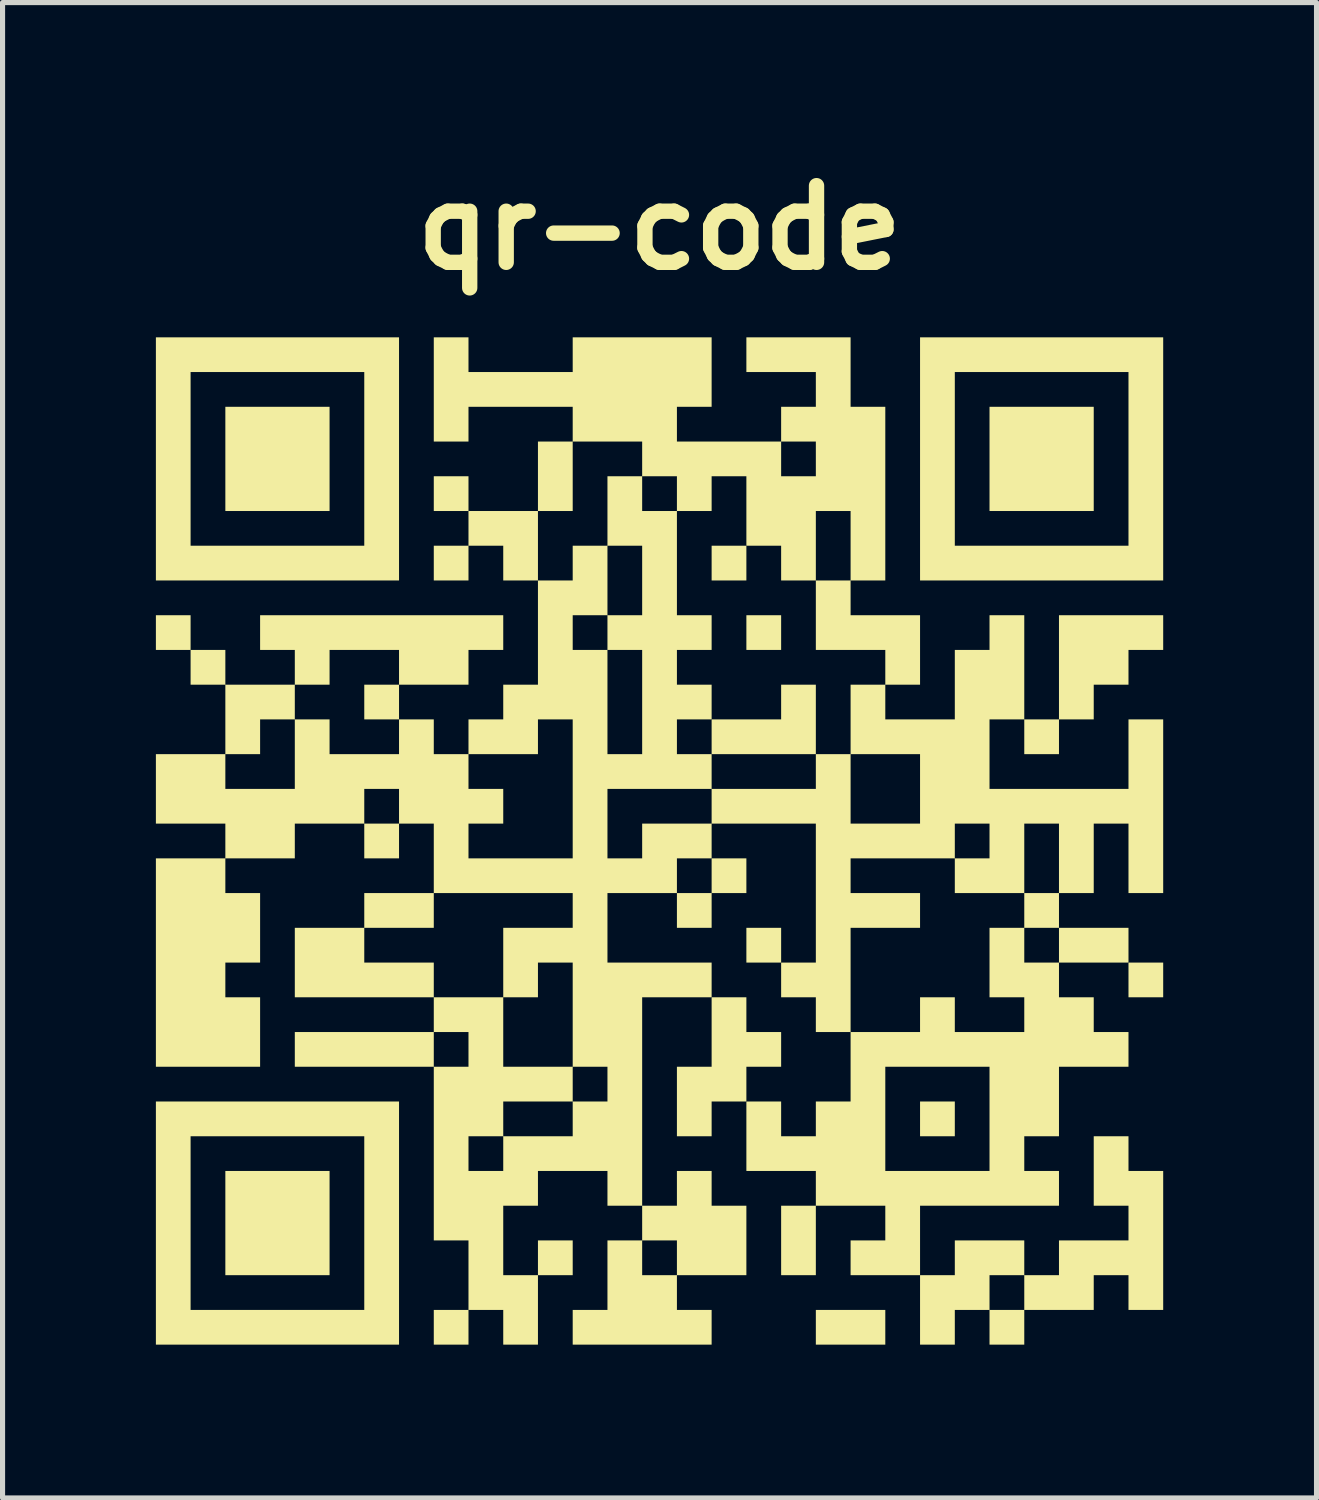
<source format=kicad_pcb>
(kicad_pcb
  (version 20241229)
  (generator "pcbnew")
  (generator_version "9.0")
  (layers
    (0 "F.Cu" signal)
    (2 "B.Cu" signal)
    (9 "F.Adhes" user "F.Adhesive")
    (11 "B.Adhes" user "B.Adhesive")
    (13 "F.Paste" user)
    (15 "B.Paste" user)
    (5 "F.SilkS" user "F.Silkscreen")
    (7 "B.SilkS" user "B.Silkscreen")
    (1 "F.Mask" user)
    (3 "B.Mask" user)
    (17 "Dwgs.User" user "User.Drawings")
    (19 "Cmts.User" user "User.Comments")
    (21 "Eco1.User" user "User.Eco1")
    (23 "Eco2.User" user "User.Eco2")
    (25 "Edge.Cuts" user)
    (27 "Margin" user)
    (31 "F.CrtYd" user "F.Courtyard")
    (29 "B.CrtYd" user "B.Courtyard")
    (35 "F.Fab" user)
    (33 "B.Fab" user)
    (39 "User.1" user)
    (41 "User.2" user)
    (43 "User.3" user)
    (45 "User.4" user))
  (footprint "qr-code"
    (layer "F.Cu")
    (at 9.854 13.404)
    (property "Reference" "qr-code" (at 0 -12 0) (layer "F.SilkS") (effects (font (size 1.5 1.5) (thickness 0.3))))
    (attr board_only exclude_from_pos_files exclude_from_bom)
    (fp_poly (pts (xy -9.175 -4.078) (xy -9.175 -3.738) (xy -9.514 -3.738) (xy -9.854 -3.738) (xy -9.854 -4.078) (xy -9.854 -4.417) (xy -9.514 -4.417) (xy -9.175 -4.417)) (stroke (width 0) (type solid)) (fill yes) (layer "F.SilkS"))
    (fp_poly (pts (xy -6.456 -7.476) (xy -6.456 -6.456) (xy -7.476 -6.456) (xy -8.495 -6.456) (xy -8.495 -7.476) (xy -8.495 -8.495) (xy -7.476 -8.495) (xy -6.456 -8.495)) (stroke (width 0) (type solid)) (fill yes) (layer "F.SilkS"))
    (fp_poly (pts (xy -6.456 7.476) (xy -6.456 8.495) (xy -7.476 8.495) (xy -8.495 8.495) (xy -8.495 7.476) (xy -8.495 6.456) (xy -7.476 6.456) (xy -6.456 6.456)) (stroke (width 0) (type solid)) (fill yes) (layer "F.SilkS"))
    (fp_poly (pts (xy 1.699 -5.437) (xy 1.699 -5.097) (xy 1.359 -5.097) (xy 1.019 -5.097) (xy 1.019 -5.437) (xy 1.019 -5.777) (xy 1.359 -5.777) (xy 1.699 -5.777)) (stroke (width 0) (type solid)) (fill yes) (layer "F.SilkS"))
    (fp_poly (pts (xy 2.379 -4.078) (xy 2.379 -3.738) (xy 2.039 -3.738) (xy 1.699 -3.738) (xy 1.699 -4.078) (xy 1.699 -4.417) (xy 2.039 -4.417) (xy 2.379 -4.417)) (stroke (width 0) (type solid)) (fill yes) (layer "F.SilkS"))
    (fp_poly (pts (xy 2.379 2.039) (xy 2.379 2.379) (xy 2.039 2.379) (xy 1.699 2.379) (xy 1.699 2.039) (xy 1.699 1.699) (xy 2.039 1.699) (xy 2.379 1.699)) (stroke (width 0) (type solid)) (fill yes) (layer "F.SilkS"))
    (fp_poly (pts (xy 4.417 9.514) (xy 4.417 9.854) (xy 3.738 9.854) (xy 3.058 9.854) (xy 3.058 9.514) (xy 3.058 9.175) (xy 3.738 9.175) (xy 4.417 9.175)) (stroke (width 0) (type solid)) (fill yes) (layer "F.SilkS"))
    (fp_poly (pts (xy 5.777 5.437) (xy 5.777 5.777) (xy 5.437 5.777) (xy 5.097 5.777) (xy 5.097 5.437) (xy 5.097 5.097) (xy 5.437 5.097) (xy 5.777 5.097)) (stroke (width 0) (type solid)) (fill yes) (layer "F.SilkS"))
    (fp_poly (pts (xy 8.495 -7.476) (xy 8.495 -6.456) (xy 7.476 -6.456) (xy 6.456 -6.456) (xy 6.456 -7.476) (xy 6.456 -8.495) (xy 7.476 -8.495) (xy 8.495 -8.495)) (stroke (width 0) (type solid)) (fill yes) (layer "F.SilkS"))
    (fp_poly (pts (xy 9.854 2.718) (xy 9.854 3.058) (xy 9.514 3.058) (xy 9.175 3.058) (xy 9.175 2.718) (xy 9.175 2.379) (xy 9.514 2.379) (xy 9.854 2.379)) (stroke (width 0) (type solid)) (fill yes) (layer "F.SilkS"))
    (fp_poly (pts (xy 3.058 -2.379) (xy 3.058 -1.699) (xy 2.039 -1.699) (xy 1.019 -1.699) (xy 1.019 -2.039) (xy 1.019 -2.379) (xy 1.699 -2.379) (xy 2.379 -2.379) (xy 2.379 -2.718) (xy 2.379 -3.058) (xy 2.718 -3.058) (xy 3.058 -3.058)) (stroke (width 0) (type solid)) (fill yes) (layer "F.SilkS"))
    (fp_poly (pts (xy 1.699 0.68) (xy 1.699 1.019) (xy 1.359 1.019) (xy 1.019 1.019) (xy 1.019 1.359) (xy 1.019 1.699) (xy 0.68 1.699) (xy 0.34 1.699) (xy 0.34 1.359) (xy 0.34 1.019) (xy 0.68 1.019) (xy 1.019 1.019) (xy 1.019 0.68) (xy 1.019 0.34) (xy 1.359 0.34) (xy 1.699 0.34)) (stroke (width 0) (type solid)) (fill yes) (layer "F.SilkS"))
    (fp_poly (pts (xy -5.097 -7.476) (xy -5.097 -5.097) (xy -7.476 -5.097) (xy -9.854 -5.097) (xy -9.854 -7.476) (xy -9.854 -9.175) (xy -9.175 -9.175) (xy -9.175 -7.476) (xy -9.175 -5.777) (xy -7.476 -5.777) (xy -5.777 -5.777) (xy -5.777 -7.476) (xy -5.777 -9.175) (xy -7.476 -9.175) (xy -9.175 -9.175) (xy -9.854 -9.175) (xy -9.854 -9.854) (xy -7.476 -9.854) (xy -5.097 -9.854)) (stroke (width 0) (type solid)) (fill yes) (layer "F.SilkS"))
    (fp_poly (pts (xy -5.097 7.476) (xy -5.097 9.854) (xy -7.476 9.854) (xy -9.854 9.854) (xy -9.854 7.476) (xy -9.854 5.777) (xy -9.175 5.777) (xy -9.175 7.476) (xy -9.175 9.175) (xy -7.476 9.175) (xy -5.777 9.175) (xy -5.777 7.476) (xy -5.777 5.777) (xy -7.476 5.777) (xy -9.175 5.777) (xy -9.854 5.777) (xy -9.854 5.097) (xy -7.476 5.097) (xy -5.097 5.097)) (stroke (width 0) (type solid)) (fill yes) (layer "F.SilkS"))
    (fp_poly (pts (xy 9.854 -7.476) (xy 9.854 -5.097) (xy 7.476 -5.097) (xy 5.097 -5.097) (xy 5.097 -7.476) (xy 5.097 -9.175) (xy 5.777 -9.175) (xy 5.777 -7.476) (xy 5.777 -5.777) (xy 7.476 -5.777) (xy 9.175 -5.777) (xy 9.175 -7.476) (xy 9.175 -9.175) (xy 7.476 -9.175) (xy 5.777 -9.175) (xy 5.097 -9.175) (xy 5.097 -9.854) (xy 7.476 -9.854) (xy 9.854 -9.854)) (stroke (width 0) (type solid)) (fill yes) (layer "F.SilkS"))
    (fp_poly (pts (xy 1.699 3.398) (xy 1.699 3.738) (xy 2.039 3.738) (xy 2.379 3.738) (xy 2.379 4.078) (xy 2.379 4.417) (xy 2.039 4.417) (xy 1.699 4.417) (xy 1.699 4.757) (xy 1.699 5.097) (xy 1.359 5.097) (xy 1.019 5.097) (xy 1.019 5.437) (xy 1.019 5.777) (xy 0.68 5.777) (xy 0.34 5.777) (xy 0.34 5.097) (xy 0.34 4.417) (xy 0.68 4.417) (xy 1.019 4.417) (xy 1.019 3.738) (xy 1.019 3.058) (xy 1.359 3.058) (xy 1.699 3.058)) (stroke (width 0) (type solid)) (fill yes) (layer "F.SilkS"))
    (fp_poly (pts (xy -3.738 -9.514) (xy -3.738 -9.175) (xy -2.718 -9.175) (xy -1.699 -9.175) (xy -1.699 -9.514) (xy -1.699 -9.854) (xy -0.34 -9.854) (xy 1.019 -9.854) (xy 1.019 -9.175) (xy 1.019 -8.495) (xy 0.68 -8.495) (xy 0.34 -8.495) (xy 0.34 -8.155) (xy 0.34 -7.815) (xy 1.359 -7.815) (xy 2.379 -7.815) (xy 2.379 -7.476) (xy 2.379 -7.136) (xy 2.718 -7.136) (xy 3.058 -7.136) (xy 3.058 -7.476) (xy 3.058 -7.815) (xy 2.718 -7.815) (xy 2.379 -7.815) (xy 2.379 -8.155) (xy 2.379 -8.495) (xy 2.718 -8.495) (xy 3.058 -8.495) (xy 3.058 -8.835) (xy 3.058 -9.175) (xy 2.379 -9.175) (xy 1.699 -9.175) (xy 1.699 -9.514) (xy 1.699 -9.854) (xy 2.718 -9.854) (xy 3.738 -9.854) (xy 3.738 -9.175) (xy 3.738 -8.495) (xy 4.078 -8.495) (xy 4.417 -8.495) (xy 4.417 -6.796) (xy 4.417 -5.097) (xy 4.078 -5.097) (xy 3.738 -5.097) (xy 3.738 -4.757) (xy 3.738 -4.417) (xy 4.417 -4.417) (xy 5.097 -4.417) (xy 5.097 -3.738) (xy 5.097 -3.058) (xy 4.757 -3.058) (xy 4.417 -3.058) (xy 4.417 -2.718) (xy 4.417 -2.379) (xy 5.097 -2.379) (xy 5.777 -2.379) (xy 5.777 -3.058) (xy 5.777 -3.738) (xy 6.116 -3.738) (xy 6.456 -3.738) (xy 6.456 -4.078) (xy 6.456 -4.417) (xy 6.796 -4.417) (xy 7.136 -4.417) (xy 7.136 -3.398) (xy 7.136 -2.379) (xy 7.476 -2.379) (xy 7.815 -2.379) (xy 7.815 -3.398) (xy 7.815 -4.417) (xy 8.835 -4.417) (xy 9.854 -4.417) (xy 9.854 -4.078) (xy 9.854 -3.738) (xy 9.514 -3.738) (xy 9.175 -3.738) (xy 9.175 -3.398) (xy 9.175 -3.058) (xy 8.835 -3.058) (xy 8.495 -3.058) (xy 8.495 -2.718) (xy 8.495 -2.379) (xy 8.155 -2.379) (xy 7.815 -2.379) (xy 7.815 -2.039) (xy 7.815 -1.699) (xy 7.476 -1.699) (xy 7.136 -1.699) (xy 7.136 -2.039) (xy 7.136 -2.379) (xy 6.796 -2.379) (xy 6.456 -2.379) (xy 6.456 -1.699) (xy 6.456 -1.019) (xy 7.815 -1.019) (xy 9.175 -1.019) (xy 9.175 -1.699) (xy 9.175 -2.379) (xy 9.514 -2.379) (xy 9.854 -2.379) (xy 9.854 -0.68) (xy 9.854 1.019) (xy 9.514 1.019) (xy 9.175 1.019) (xy 9.175 0.34) (xy 9.175 -0.34) (xy 8.835 -0.34) (xy 8.495 -0.34) (xy 8.495 0.34) (xy 8.495 1.019) (xy 8.155 1.019) (xy 7.815 1.019) (xy 7.815 1.359) (xy 7.815 1.699) (xy 7.476 1.699) (xy 7.136 1.699) (xy 7.136 2.039) (xy 7.136 2.379) (xy 7.476 2.379) (xy 7.815 2.379) (xy 7.815 2.039) (xy 7.815 1.699) (xy 8.495 1.699) (xy 9.175 1.699) (xy 9.175 2.039) (xy 9.175 2.379) (xy 8.495 2.379) (xy 7.815 2.379) (xy 7.815 2.718) (xy 7.815 3.058) (xy 8.155 3.058) (xy 8.495 3.058) (xy 8.495 3.398) (xy 8.495 3.738) (xy 8.835 3.738) (xy 9.175 3.738) (xy 9.175 4.078) (xy 9.175 4.417) (xy 8.495 4.417) (xy 7.815 4.417) (xy 7.815 5.097) (xy 7.815 5.777) (xy 7.476 5.777) (xy 7.136 5.777) (xy 7.136 6.116) (xy 7.136 6.456) (xy 7.476 6.456) (xy 7.815 6.456) (xy 7.815 6.796) (xy 7.815 7.136) (xy 6.456 7.136) (xy 5.097 7.136) (xy 5.097 7.815) (xy 5.097 8.495) (xy 5.437 8.495) (xy 5.777 8.495) (xy 6.456 8.495) (xy 6.456 8.835) (xy 6.456 9.175) (xy 6.796 9.175) (xy 7.136 9.175) (xy 7.136 8.835) (xy 7.136 8.495) (xy 6.796 8.495) (xy 6.456 8.495) (xy 5.777 8.495) (xy 5.777 8.155) (xy 5.777 7.815) (xy 6.456 7.815) (xy 7.136 7.815) (xy 7.136 8.155) (xy 7.136 8.495) (xy 7.476 8.495) (xy 7.815 8.495) (xy 7.815 8.155) (xy 7.815 7.815) (xy 8.495 7.815) (xy 9.175 7.815) (xy 9.175 7.476) (xy 9.175 7.136) (xy 8.835 7.136) (xy 8.495 7.136) (xy 8.495 6.456) (xy 8.495 5.777) (xy 8.835 5.777) (xy 9.175 5.777) (xy 9.175 6.116) (xy 9.175 6.456) (xy 9.514 6.456) (xy 9.854 6.456) (xy 9.854 7.815) (xy 9.854 9.175) (xy 9.514 9.175) (xy 9.175 9.175) (xy 9.175 8.835) (xy 9.175 8.495) (xy 8.835 8.495) (xy 8.495 8.495) (xy 8.495 8.835) (xy 8.495 9.175) (xy 7.815 9.175) (xy 7.136 9.175) (xy 7.136 9.514) (xy 7.136 9.854) (xy 6.796 9.854) (xy 6.456 9.854) (xy 6.456 9.514) (xy 6.456 9.175) (xy 6.116 9.175) (xy 5.777 9.175) (xy 5.777 9.514) (xy 5.777 9.854) (xy 5.437 9.854) (xy 5.097 9.854) (xy 5.097 9.175) (xy 5.097 8.495) (xy 4.417 8.495) (xy 3.738 8.495) (xy 3.738 8.155) (xy 3.738 7.815) (xy 4.078 7.815) (xy 4.417 7.815) (xy 4.417 7.476) (xy 4.417 7.136) (xy 3.738 7.136) (xy 3.058 7.136) (xy 3.058 7.815) (xy 3.058 8.495) (xy 2.718 8.495) (xy 2.379 8.495) (xy 2.379 7.815) (xy 2.379 7.136) (xy 2.718 7.136) (xy 3.058 7.136) (xy 3.058 6.796) (xy 3.058 6.456) (xy 2.379 6.456) (xy 1.699 6.456) (xy 1.699 5.777) (xy 1.699 5.097) (xy 2.039 5.097) (xy 2.379 5.097) (xy 2.379 5.437) (xy 2.379 5.777) (xy 2.718 5.777) (xy 3.058 5.777) (xy 3.058 5.437) (xy 3.058 5.097) (xy 3.398 5.097) (xy 3.738 5.097) (xy 3.738 4.417) (xy 4.417 4.417) (xy 4.417 5.437) (xy 4.417 6.456) (xy 5.437 6.456) (xy 6.456 6.456) (xy 6.456 5.437) (xy 6.456 4.417) (xy 5.437 4.417) (xy 4.417 4.417) (xy 3.738 4.417) (xy 3.738 3.738) (xy 4.417 3.738) (xy 5.097 3.738) (xy 5.097 3.398) (xy 5.097 3.058) (xy 5.437 3.058) (xy 5.777 3.058) (xy 5.777 3.398) (xy 5.777 3.738) (xy 6.456 3.738) (xy 7.136 3.738) (xy 7.136 3.398) (xy 7.136 3.058) (xy 6.796 3.058) (xy 6.456 3.058) (xy 6.456 2.379) (xy 6.456 1.699) (xy 6.796 1.699) (xy 7.136 1.699) (xy 7.136 1.359) (xy 7.136 1.019) (xy 7.476 1.019) (xy 7.815 1.019) (xy 7.815 0.34) (xy 7.815 -0.34) (xy 7.476 -0.34) (xy 7.136 -0.34) (xy 7.136 0.34) (xy 7.136 1.019) (xy 6.456 1.019) (xy 5.777 1.019) (xy 5.777 0.68) (xy 5.777 0.34) (xy 6.116 0.34) (xy 6.456 0.34) (xy 6.456 0) (xy 6.456 -0.34) (xy 6.116 -0.34) (xy 5.777 -0.34) (xy 5.777 0) (xy 5.777 0.34) (xy 4.757 0.34) (xy 3.738 0.34) (xy 3.738 0.68) (xy 3.738 1.019) (xy 4.417 1.019) (xy 5.097 1.019) (xy 5.097 1.359) (xy 5.097 1.699) (xy 4.417 1.699) (xy 3.738 1.699) (xy 3.738 2.718) (xy 3.738 3.738) (xy 3.398 3.738) (xy 3.058 3.738) (xy 3.058 3.398) (xy 3.058 3.058) (xy 2.718 3.058) (xy 2.379 3.058) (xy 2.379 2.718) (xy 2.379 2.379) (xy 2.718 2.379) (xy 3.058 2.379) (xy 3.058 1.019) (xy 3.058 -0.34) (xy 2.039 -0.34) (xy 1.019 -0.34) (xy 1.019 0) (xy 1.019 0.34) (xy 0.68 0.34) (xy 0.34 0.34) (xy 0.34 0.68) (xy 0.34 1.019) (xy -0.34 1.019) (xy -1.019 1.019) (xy -1.019 1.699) (xy -1.019 2.379) (xy 0 2.379) (xy 1.019 2.379) (xy 1.019 2.718) (xy 1.019 3.058) (xy 0.34 3.058) (xy -0.34 3.058) (xy -0.34 5.097) (xy -0.34 7.136) (xy 0 7.136) (xy 0.34 7.136) (xy 0.34 6.796) (xy 0.34 6.456) (xy 0.68 6.456) (xy 1.019 6.456) (xy 1.019 6.796) (xy 1.019 7.136) (xy 1.359 7.136) (xy 1.699 7.136) (xy 1.699 7.815) (xy 1.699 8.495) (xy 1.019 8.495) (xy 0.34 8.495) (xy 0.34 8.835) (xy 0.34 9.175) (xy 0.68 9.175) (xy 1.019 9.175) (xy 1.019 9.514) (xy 1.019 9.854) (xy -0.34 9.854) (xy -1.699 9.854) (xy -1.699 9.514) (xy -1.699 9.175) (xy -1.359 9.175) (xy -1.019 9.175) (xy -1.019 8.495) (xy -1.019 7.815) (xy -0.68 7.815) (xy -0.34 7.815) (xy -0.34 8.155) (xy -0.34 8.495) (xy 0 8.495) (xy 0.34 8.495) (xy 0.34 8.155) (xy 0.34 7.815) (xy 0 7.815) (xy -0.34 7.815) (xy -0.34 7.476) (xy -0.34 7.136) (xy -0.68 7.136) (xy -1.019 7.136) (xy -1.019 6.796) (xy -1.019 6.456) (xy -1.699 6.456) (xy -2.379 6.456) (xy -2.379 6.796) (xy -2.379 7.136) (xy -2.718 7.136) (xy -3.058 7.136) (xy -3.058 7.815) (xy -3.058 8.495) (xy -2.718 8.495) (xy -2.379 8.495) (xy -2.379 8.155) (xy -2.379 7.815) (xy -2.039 7.815) (xy -1.699 7.815) (xy -1.699 8.155) (xy -1.699 8.495) (xy -2.039 8.495) (xy -2.379 8.495) (xy -2.379 9.175) (xy -2.379 9.854) (xy -2.718 9.854) (xy -3.058 9.854) (xy -3.058 9.514) (xy -3.058 9.175) (xy -3.398 9.175) (xy -3.738 9.175) (xy -3.738 9.514) (xy -3.738 9.854) (xy -4.078 9.854) (xy -4.417 9.854) (xy -4.417 9.514) (xy -4.417 9.175) (xy -4.078 9.175) (xy -3.738 9.175) (xy -3.738 8.495) (xy -3.738 7.815) (xy -4.078 7.815) (xy -4.417 7.815) (xy -4.417 6.456) (xy -3.738 6.456) (xy -3.398 6.456) (xy -3.058 6.456) (xy -3.058 6.116) (xy -3.058 5.777) (xy -2.379 5.777) (xy -1.699 5.777) (xy -1.699 5.437) (xy -1.699 5.097) (xy -1.359 5.097) (xy -1.019 5.097) (xy -1.019 4.757) (xy -1.019 4.417) (xy -1.359 4.417) (xy -1.699 4.417) (xy -1.699 4.757) (xy -1.699 5.097) (xy -2.379 5.097) (xy -3.058 5.097) (xy -3.058 5.437) (xy -3.058 5.777) (xy -3.398 5.777) (xy -3.738 5.777) (xy -3.738 6.116) (xy -3.738 6.456) (xy -4.417 6.456) (xy -4.417 6.116) (xy -4.417 4.417) (xy -5.777 4.417) (xy -7.136 4.417) (xy -7.136 4.078) (xy -7.136 3.738) (xy -5.777 3.738) (xy -4.417 3.738) (xy -4.417 4.078) (xy -4.417 4.417) (xy -4.078 4.417) (xy -3.738 4.417) (xy -3.738 4.078) (xy -3.738 3.738) (xy -4.078 3.738) (xy -4.417 3.738) (xy -4.417 3.398) (xy -4.417 3.058) (xy -3.738 3.058) (xy -3.058 3.058) (xy -3.058 3.738) (xy -3.058 4.417) (xy -2.379 4.417) (xy -1.699 4.417) (xy -1.699 3.398) (xy -1.699 2.379) (xy -2.039 2.379) (xy -2.379 2.379) (xy -2.379 2.718) (xy -2.379 3.058) (xy -2.718 3.058) (xy -3.058 3.058) (xy -3.058 2.379) (xy -3.058 1.699) (xy -2.379 1.699) (xy -1.699 1.699) (xy -1.699 1.359) (xy -1.699 1.019) (xy -3.058 1.019) (xy -4.417 1.019) (xy -4.417 1.359) (xy -4.417 1.699) (xy -5.097 1.699) (xy -5.777 1.699) (xy -5.777 2.039) (xy -5.777 2.379) (xy -5.097 2.379) (xy -4.417 2.379) (xy -4.417 2.718) (xy -4.417 3.058) (xy -5.777 3.058) (xy -7.136 3.058) (xy -7.136 2.379) (xy -7.136 1.699) (xy -6.456 1.699) (xy -5.777 1.699) (xy -5.777 1.359) (xy -5.777 1.019) (xy -5.097 1.019) (xy -4.417 1.019) (xy -4.417 0.34) (xy -3.738 0.34) (xy -2.718 0.34) (xy -1.699 0.34) (xy -1.019 0.34) (xy -0.68 0.34) (xy -0.34 0.34) (xy -0.34 0) (xy -0.34 -0.34) (xy 0.34 -0.34) (xy 1.019 -0.34) (xy 1.019 -0.68) (xy 1.019 -1.019) (xy 2.039 -1.019) (xy 3.058 -1.019) (xy 3.058 -1.359) (xy 3.058 -1.699) (xy 3.398 -1.699) (xy 3.738 -1.699) (xy 3.738 -1.019) (xy 3.738 -0.34) (xy 4.417 -0.34) (xy 5.097 -0.34) (xy 5.097 -1.019) (xy 5.097 -1.699) (xy 4.417 -1.699) (xy 3.738 -1.699) (xy 3.738 -2.379) (xy 3.738 -3.058) (xy 4.078 -3.058) (xy 4.417 -3.058) (xy 4.417 -3.398) (xy 4.417 -3.738) (xy 3.738 -3.738) (xy 3.058 -3.738) (xy 3.058 -4.417) (xy 3.058 -5.097) (xy 3.398 -5.097) (xy 3.738 -5.097) (xy 3.738 -5.777) (xy 3.738 -6.456) (xy 3.398 -6.456) (xy 3.058 -6.456) (xy 3.058 -5.777) (xy 3.058 -5.097) (xy 2.718 -5.097) (xy 2.379 -5.097) (xy 2.379 -5.437) (xy 2.379 -5.777) (xy 2.039 -5.777) (xy 1.699 -5.777) (xy 1.699 -6.456) (xy 1.699 -7.136) (xy 1.359 -7.136) (xy 1.019 -7.136) (xy 1.019 -6.796) (xy 1.019 -6.456) (xy 0.68 -6.456) (xy 0.34 -6.456) (xy 0.34 -6.796) (xy 0.34 -7.136) (xy 0 -7.136) (xy -0.34 -7.136) (xy -0.34 -6.796) (xy -0.34 -6.456) (xy 0 -6.456) (xy 0.34 -6.456) (xy 0.34 -5.437) (xy 0.34 -4.417) (xy 0.68 -4.417) (xy 1.019 -4.417) (xy 1.019 -4.078) (xy 1.019 -3.738) (xy 0.68 -3.738) (xy 0.34 -3.738) (xy 0.34 -3.398) (xy 0.34 -3.058) (xy 0.68 -3.058) (xy 1.019 -3.058) (xy 1.019 -2.718) (xy 1.019 -2.379) (xy 0.68 -2.379) (xy 0.34 -2.379) (xy 0.34 -2.039) (xy 0.34 -1.699) (xy 0.68 -1.699) (xy 1.019 -1.699) (xy 1.019 -1.359) (xy 1.019 -1.019) (xy 0 -1.019) (xy -1.019 -1.019) (xy -1.019 -0.34) (xy -1.019 0.34) (xy -1.699 0.34) (xy -1.699 -1.019) (xy -1.699 -2.379) (xy -2.039 -2.379) (xy -2.379 -2.379) (xy -2.379 -2.039) (xy -2.379 -1.699) (xy -3.058 -1.699) (xy -3.738 -1.699) (xy -3.738 -1.359) (xy -3.738 -1.019) (xy -3.398 -1.019) (xy -3.058 -1.019) (xy -3.058 -0.68) (xy -3.058 -0.34) (xy -3.398 -0.34) (xy -3.738 -0.34) (xy -3.738 0) (xy -3.738 0.34) (xy -4.417 0.34) (xy -4.417 -0.34) (xy -4.757 -0.34) (xy -5.097 -0.34) (xy -5.097 0) (xy -5.097 0.34) (xy -5.437 0.34) (xy -5.777 0.34) (xy -5.777 0) (xy -5.777 -0.34) (xy -6.456 -0.34) (xy -7.136 -0.34) (xy -7.136 0) (xy -7.136 0.34) (xy -7.815 0.34) (xy -8.495 0.34) (xy -8.495 0.68) (xy -8.495 1.019) (xy -8.155 1.019) (xy -7.815 1.019) (xy -7.815 1.699) (xy -7.815 2.379) (xy -8.155 2.379) (xy -8.495 2.379) (xy -8.495 2.718) (xy -8.495 3.058) (xy -8.155 3.058) (xy -7.815 3.058) (xy -7.815 3.738) (xy -7.815 4.417) (xy -8.835 4.417) (xy -9.854 4.417) (xy -9.854 2.379) (xy -9.854 0.34) (xy -9.175 0.34) (xy -8.495 0.34) (xy -8.495 0) (xy -8.495 -0.34) (xy -9.175 -0.34) (xy -9.854 -0.34) (xy -9.854 -1.019) (xy -9.854 -1.699) (xy -9.175 -1.699) (xy -8.495 -1.699) (xy -8.495 -2.379) (xy -8.495 -3.058) (xy -8.835 -3.058) (xy -9.175 -3.058) (xy -9.175 -3.398) (xy -9.175 -3.738) (xy -8.835 -3.738) (xy -8.495 -3.738) (xy -8.495 -3.398) (xy -8.495 -3.058) (xy -7.815 -3.058) (xy -7.136 -3.058) (xy -7.136 -3.398) (xy -7.136 -3.738) (xy -7.476 -3.738) (xy -7.815 -3.738) (xy -7.815 -4.078) (xy -7.815 -4.417) (xy -5.437 -4.417) (xy -3.058 -4.417) (xy -3.058 -4.078) (xy -3.058 -3.738) (xy -3.398 -3.738) (xy -3.738 -3.738) (xy -3.738 -3.398) (xy -3.738 -3.058) (xy -4.417 -3.058) (xy -5.097 -3.058) (xy -5.097 -2.718) (xy -5.097 -2.379) (xy -5.437 -2.379) (xy -5.777 -2.379) (xy -5.777 -2.718) (xy -5.777 -3.058) (xy -5.437 -3.058) (xy -5.097 -3.058) (xy -5.097 -3.398) (xy -5.097 -3.738) (xy -5.777 -3.738) (xy -6.456 -3.738) (xy -6.456 -3.398) (xy -6.456 -3.058) (xy -6.796 -3.058) (xy -7.136 -3.058) (xy -7.136 -2.718) (xy -7.136 -2.379) (xy -7.476 -2.379) (xy -7.815 -2.379) (xy -7.815 -2.039) (xy -7.815 -1.699) (xy -8.155 -1.699) (xy -8.495 -1.699) (xy -8.495 -1.359) (xy -8.495 -1.019) (xy -7.815 -1.019) (xy -7.136 -1.019) (xy -5.777 -1.019) (xy -5.777 -0.68) (xy -5.777 -0.34) (xy -5.437 -0.34) (xy -5.097 -0.34) (xy -5.097 -0.68) (xy -5.097 -1.019) (xy -5.437 -1.019) (xy -5.777 -1.019) (xy -7.136 -1.019) (xy -7.136 -1.699) (xy -7.136 -2.379) (xy -6.796 -2.379) (xy -6.456 -2.379) (xy -6.456 -2.039) (xy -6.456 -1.699) (xy -5.777 -1.699) (xy -5.097 -1.699) (xy -5.097 -2.039) (xy -5.097 -2.379) (xy -4.757 -2.379) (xy -4.417 -2.379) (xy -4.417 -2.039) (xy -4.417 -1.699) (xy -4.078 -1.699) (xy -3.738 -1.699) (xy -3.738 -2.039) (xy -3.738 -2.379) (xy -3.398 -2.379) (xy -3.058 -2.379) (xy -3.058 -2.718) (xy -3.058 -3.058) (xy -2.718 -3.058) (xy -2.379 -3.058) (xy -2.379 -3.738) (xy -1.699 -3.738) (xy -1.359 -3.738) (xy -1.019 -3.738) (xy -1.019 -2.718) (xy -1.019 -1.699) (xy -0.68 -1.699) (xy -0.34 -1.699) (xy -0.34 -2.718) (xy -0.34 -3.738) (xy -0.68 -3.738) (xy -1.019 -3.738) (xy -1.019 -4.078) (xy -1.019 -4.417) (xy -0.68 -4.417) (xy -0.34 -4.417) (xy -0.34 -5.097) (xy -0.34 -5.777) (xy -0.68 -5.777) (xy -1.019 -5.777) (xy -1.019 -5.097) (xy -1.019 -4.417) (xy -1.359 -4.417) (xy -1.699 -4.417) (xy -1.699 -4.078) (xy -1.699 -3.738) (xy -2.379 -3.738) (xy -2.379 -4.078) (xy -2.379 -5.097) (xy -2.039 -5.097) (xy -1.699 -5.097) (xy -1.699 -5.437) (xy -1.699 -5.777) (xy -1.359 -5.777) (xy -1.019 -5.777) (xy -1.019 -6.456) (xy -1.019 -7.136) (xy -0.68 -7.136) (xy -0.34 -7.136) (xy -0.34 -7.476) (xy -0.34 -7.815) (xy -1.019 -7.815) (xy -1.699 -7.815) (xy -1.699 -7.136) (xy -1.699 -6.456) (xy -2.039 -6.456) (xy -2.379 -6.456) (xy -2.379 -5.777) (xy -2.379 -5.097) (xy -2.718 -5.097) (xy -3.058 -5.097) (xy -3.058 -5.437) (xy -3.058 -5.777) (xy -3.398 -5.777) (xy -3.738 -5.777) (xy -3.738 -5.437) (xy -3.738 -5.097) (xy -4.078 -5.097) (xy -4.417 -5.097) (xy -4.417 -5.437) (xy -4.417 -5.777) (xy -4.078 -5.777) (xy -3.738 -5.777) (xy -3.738 -6.116) (xy -3.738 -6.456) (xy -4.078 -6.456) (xy -4.417 -6.456) (xy -4.417 -6.796) (xy -4.417 -7.136) (xy -4.078 -7.136) (xy -3.738 -7.136) (xy -3.738 -6.796) (xy -3.738 -6.456) (xy -3.058 -6.456) (xy -2.379 -6.456) (xy -2.379 -7.136) (xy -2.379 -7.815) (xy -2.039 -7.815) (xy -1.699 -7.815) (xy -1.699 -8.155) (xy -1.699 -8.495) (xy -2.718 -8.495) (xy -3.738 -8.495) (xy -3.738 -8.155) (xy -3.738 -7.815) (xy -4.078 -7.815) (xy -4.417 -7.815) (xy -4.417 -8.835) (xy -4.417 -9.854) (xy -4.078 -9.854) (xy -3.738 -9.854)) (stroke (width 0) (type solid)) (fill yes) (layer "F.SilkS")))
  (gr_rect
    (start -3 -3)
    (end 22.708 26.258)
    (stroke (width 0.1) (type default))
    (fill no)
    (layer "Edge.Cuts")))
</source>
